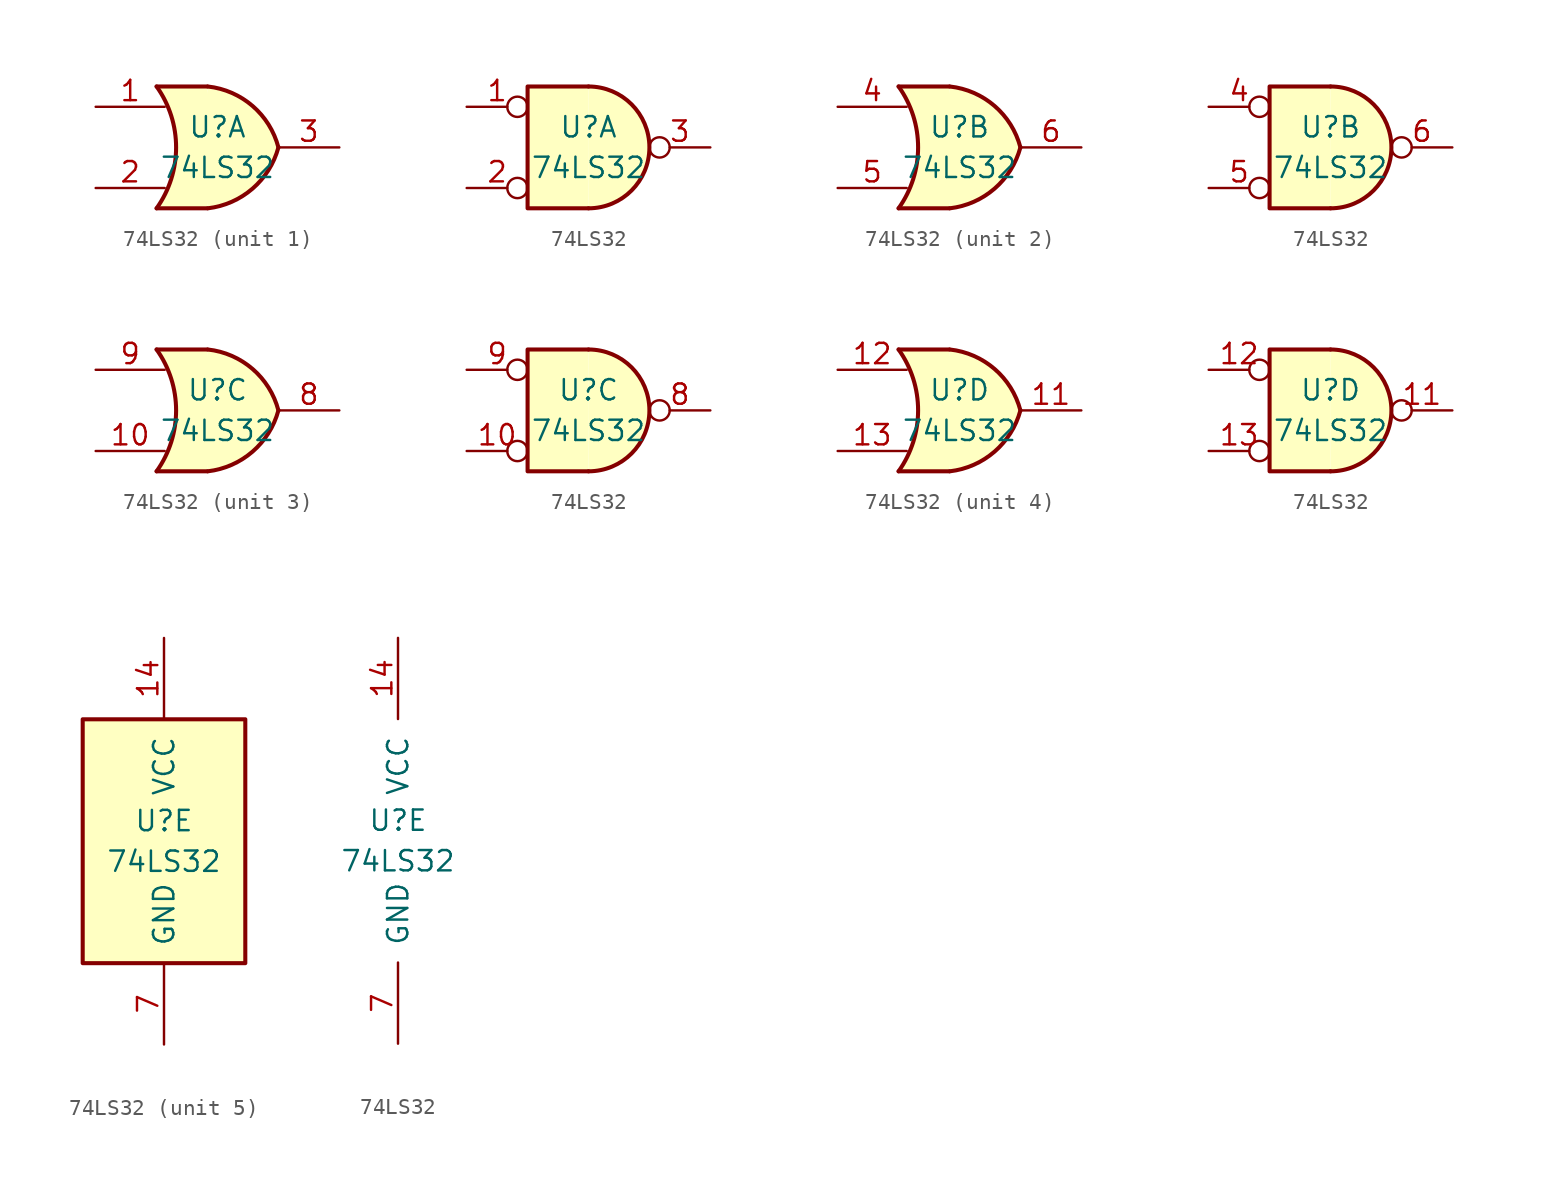
<source format=kicad_sym>
(kicad_symbol_lib
  (version 20241209)
  (generator kicad_symbol_editor)
  (symbol "74LS32"
    (pin_names
      (offset 1.016))
    (property "Reference" "U"
      (at 0 1.27 0)
      (effects (font (size 1.27 1.27))))
    (property "Value" "74LS32"
      (at 0 -1.27 0)
      (effects (font (size 1.27 1.27))))
    (property "ki_locked" ""
      (at 0 0 0)
      (effects (font (size 1.27 1.27))))
    (property "ki_keywords" "TTL Or2"
      (at 0 0 0)
      (effects (font (size 1.27 1.27))))
    (property "ki_fp_filters" "DIP?14*"
      (at 0 0 0)
      (effects (font (size 1.27 1.27))))
    (symbol "74LS32_1_1"
      (arc (start -3.81 3.81) (mid -2.589 0) (end -3.81 -3.81) (stroke (width 0.254) (type default)) (fill (type none)))
      (polyline (pts (xy -3.81 3.81) (xy -0.635 3.81)) (stroke (width 0.254) (type default)) (fill (type background)))
      (polyline (pts (xy -3.81 -3.81) (xy -0.635 -3.81)) (stroke (width 0.254) (type default)) (fill (type background)))
      (arc (start 3.81 0) (mid 2.1855 -2.584) (end -0.6096 -3.81) (stroke (width 0.254) (type default)) (fill (type background)))
      (arc (start -0.6096 3.81) (mid 2.1928 2.5924) (end 3.81 0) (stroke (width 0.254) (type default)) (fill (type background)))
      (polyline (pts (xy -0.635 3.81) (xy -3.81 3.81) (xy -3.81 3.81) (xy -3.556 3.404) (xy -3.023 2.261) (xy -2.692 1.041) (xy -2.616 -0.254) (xy -2.769 -1.499) (xy -3.175 -2.718) (xy -3.81 -3.81) (xy -3.81 -3.81) (xy -0.635 -3.81)) (stroke (width -25.4) (type default)) (fill (type background)))
      (pin input line (at -7.62 2.54 0) (length 4.318) (name "~" (effects (font (size 1.27 1.27)))) (number "1" (effects (font (size 1.27 1.27)))))
      (pin input line (at -7.62 -2.54 0) (length 4.318) (name "~" (effects (font (size 1.27 1.27)))) (number "2" (effects (font (size 1.27 1.27)))))
      (pin output line (at 7.62 0 180) (length 3.81) (name "~" (effects (font (size 1.27 1.27)))) (number "3" (effects (font (size 1.27 1.27))))))
    (symbol "74LS32_1_2"
      (arc (start 0 3.81) (mid 3.7934 0) (end 0 -3.81) (stroke (width 0.254) (type default)) (fill (type background)))
      (polyline (pts (xy 0 3.81) (xy -3.81 3.81) (xy -3.81 -3.81) (xy 0 -3.81)) (stroke (width 0.254) (type default)) (fill (type background)))
      (pin input inverted (at -7.62 2.54 0) (length 3.81) (name "~" (effects (font (size 1.27 1.27)))) (number "1" (effects (font (size 1.27 1.27)))))
      (pin input inverted (at -7.62 -2.54 0) (length 3.81) (name "~" (effects (font (size 1.27 1.27)))) (number "2" (effects (font (size 1.27 1.27)))))
      (pin output inverted (at 7.62 0 180) (length 3.81) (name "~" (effects (font (size 1.27 1.27)))) (number "3" (effects (font (size 1.27 1.27))))))
    (symbol "74LS32_2_1"
      (arc (start -3.81 3.81) (mid -2.589 0) (end -3.81 -3.81) (stroke (width 0.254) (type default)) (fill (type none)))
      (polyline (pts (xy -3.81 3.81) (xy -0.635 3.81)) (stroke (width 0.254) (type default)) (fill (type background)))
      (polyline (pts (xy -3.81 -3.81) (xy -0.635 -3.81)) (stroke (width 0.254) (type default)) (fill (type background)))
      (arc (start 3.81 0) (mid 2.1855 -2.584) (end -0.6096 -3.81) (stroke (width 0.254) (type default)) (fill (type background)))
      (arc (start -0.6096 3.81) (mid 2.1928 2.5924) (end 3.81 0) (stroke (width 0.254) (type default)) (fill (type background)))
      (polyline (pts (xy -0.635 3.81) (xy -3.81 3.81) (xy -3.81 3.81) (xy -3.556 3.404) (xy -3.023 2.261) (xy -2.692 1.041) (xy -2.616 -0.254) (xy -2.769 -1.499) (xy -3.175 -2.718) (xy -3.81 -3.81) (xy -3.81 -3.81) (xy -0.635 -3.81)) (stroke (width -25.4) (type default)) (fill (type background)))
      (pin input line (at -7.62 2.54 0) (length 4.318) (name "~" (effects (font (size 1.27 1.27)))) (number "4" (effects (font (size 1.27 1.27)))))
      (pin input line (at -7.62 -2.54 0) (length 4.318) (name "~" (effects (font (size 1.27 1.27)))) (number "5" (effects (font (size 1.27 1.27)))))
      (pin output line (at 7.62 0 180) (length 3.81) (name "~" (effects (font (size 1.27 1.27)))) (number "6" (effects (font (size 1.27 1.27))))))
    (symbol "74LS32_2_2"
      (arc (start 0 3.81) (mid 3.7934 0) (end 0 -3.81) (stroke (width 0.254) (type default)) (fill (type background)))
      (polyline (pts (xy 0 3.81) (xy -3.81 3.81) (xy -3.81 -3.81) (xy 0 -3.81)) (stroke (width 0.254) (type default)) (fill (type background)))
      (pin input inverted (at -7.62 2.54 0) (length 3.81) (name "~" (effects (font (size 1.27 1.27)))) (number "4" (effects (font (size 1.27 1.27)))))
      (pin input inverted (at -7.62 -2.54 0) (length 3.81) (name "~" (effects (font (size 1.27 1.27)))) (number "5" (effects (font (size 1.27 1.27)))))
      (pin output inverted (at 7.62 0 180) (length 3.81) (name "~" (effects (font (size 1.27 1.27)))) (number "6" (effects (font (size 1.27 1.27))))))
    (symbol "74LS32_3_1"
      (arc (start -3.81 3.81) (mid -2.589 0) (end -3.81 -3.81) (stroke (width 0.254) (type default)) (fill (type none)))
      (polyline (pts (xy -3.81 3.81) (xy -0.635 3.81)) (stroke (width 0.254) (type default)) (fill (type background)))
      (polyline (pts (xy -3.81 -3.81) (xy -0.635 -3.81)) (stroke (width 0.254) (type default)) (fill (type background)))
      (arc (start 3.81 0) (mid 2.1855 -2.584) (end -0.6096 -3.81) (stroke (width 0.254) (type default)) (fill (type background)))
      (arc (start -0.6096 3.81) (mid 2.1928 2.5924) (end 3.81 0) (stroke (width 0.254) (type default)) (fill (type background)))
      (polyline (pts (xy -0.635 3.81) (xy -3.81 3.81) (xy -3.81 3.81) (xy -3.556 3.404) (xy -3.023 2.261) (xy -2.692 1.041) (xy -2.616 -0.254) (xy -2.769 -1.499) (xy -3.175 -2.718) (xy -3.81 -3.81) (xy -3.81 -3.81) (xy -0.635 -3.81)) (stroke (width -25.4) (type default)) (fill (type background)))
      (pin input line (at -7.62 2.54 0) (length 4.318) (name "~" (effects (font (size 1.27 1.27)))) (number "9" (effects (font (size 1.27 1.27)))))
      (pin input line (at -7.62 -2.54 0) (length 4.318) (name "~" (effects (font (size 1.27 1.27)))) (number "10" (effects (font (size 1.27 1.27)))))
      (pin output line (at 7.62 0 180) (length 3.81) (name "~" (effects (font (size 1.27 1.27)))) (number "8" (effects (font (size 1.27 1.27))))))
    (symbol "74LS32_3_2"
      (arc (start 0 3.81) (mid 3.7934 0) (end 0 -3.81) (stroke (width 0.254) (type default)) (fill (type background)))
      (polyline (pts (xy 0 3.81) (xy -3.81 3.81) (xy -3.81 -3.81) (xy 0 -3.81)) (stroke (width 0.254) (type default)) (fill (type background)))
      (pin input inverted (at -7.62 2.54 0) (length 3.81) (name "~" (effects (font (size 1.27 1.27)))) (number "9" (effects (font (size 1.27 1.27)))))
      (pin input inverted (at -7.62 -2.54 0) (length 3.81) (name "~" (effects (font (size 1.27 1.27)))) (number "10" (effects (font (size 1.27 1.27)))))
      (pin output inverted (at 7.62 0 180) (length 3.81) (name "~" (effects (font (size 1.27 1.27)))) (number "8" (effects (font (size 1.27 1.27))))))
    (symbol "74LS32_4_1"
      (arc (start -3.81 3.81) (mid -2.589 0) (end -3.81 -3.81) (stroke (width 0.254) (type default)) (fill (type none)))
      (polyline (pts (xy -3.81 3.81) (xy -0.635 3.81)) (stroke (width 0.254) (type default)) (fill (type background)))
      (polyline (pts (xy -3.81 -3.81) (xy -0.635 -3.81)) (stroke (width 0.254) (type default)) (fill (type background)))
      (arc (start 3.81 0) (mid 2.1855 -2.584) (end -0.6096 -3.81) (stroke (width 0.254) (type default)) (fill (type background)))
      (arc (start -0.6096 3.81) (mid 2.1928 2.5924) (end 3.81 0) (stroke (width 0.254) (type default)) (fill (type background)))
      (polyline (pts (xy -0.635 3.81) (xy -3.81 3.81) (xy -3.81 3.81) (xy -3.556 3.404) (xy -3.023 2.261) (xy -2.692 1.041) (xy -2.616 -0.254) (xy -2.769 -1.499) (xy -3.175 -2.718) (xy -3.81 -3.81) (xy -3.81 -3.81) (xy -0.635 -3.81)) (stroke (width -25.4) (type default)) (fill (type background)))
      (pin input line (at -7.62 2.54 0) (length 4.318) (name "~" (effects (font (size 1.27 1.27)))) (number "12" (effects (font (size 1.27 1.27)))))
      (pin input line (at -7.62 -2.54 0) (length 4.318) (name "~" (effects (font (size 1.27 1.27)))) (number "13" (effects (font (size 1.27 1.27)))))
      (pin output line (at 7.62 0 180) (length 3.81) (name "~" (effects (font (size 1.27 1.27)))) (number "11" (effects (font (size 1.27 1.27))))))
    (symbol "74LS32_4_2"
      (arc (start 0 3.81) (mid 3.7934 0) (end 0 -3.81) (stroke (width 0.254) (type default)) (fill (type background)))
      (polyline (pts (xy 0 3.81) (xy -3.81 3.81) (xy -3.81 -3.81) (xy 0 -3.81)) (stroke (width 0.254) (type default)) (fill (type background)))
      (pin input inverted (at -7.62 2.54 0) (length 3.81) (name "~" (effects (font (size 1.27 1.27)))) (number "12" (effects (font (size 1.27 1.27)))))
      (pin input inverted (at -7.62 -2.54 0) (length 3.81) (name "~" (effects (font (size 1.27 1.27)))) (number "13" (effects (font (size 1.27 1.27)))))
      (pin output inverted (at 7.62 0 180) (length 3.81) (name "~" (effects (font (size 1.27 1.27)))) (number "11" (effects (font (size 1.27 1.27))))))
    (symbol "74LS32_5_0"
      (pin power_in line (at 0 12.7 270) (length 5.08) (name "VCC" (effects (font (size 1.27 1.27)))) (number "14" (effects (font (size 1.27 1.27)))))
      (pin power_in line (at 0 -12.7 90) (length 5.08) (name "GND" (effects (font (size 1.27 1.27)))) (number "7" (effects (font (size 1.27 1.27))))))
    (symbol "74LS32_5_1"
      (rectangle (start -5.08 7.62) (end 5.08 -7.62) (stroke (width 0.254) (type default)) (fill (type background))))))
</source>
